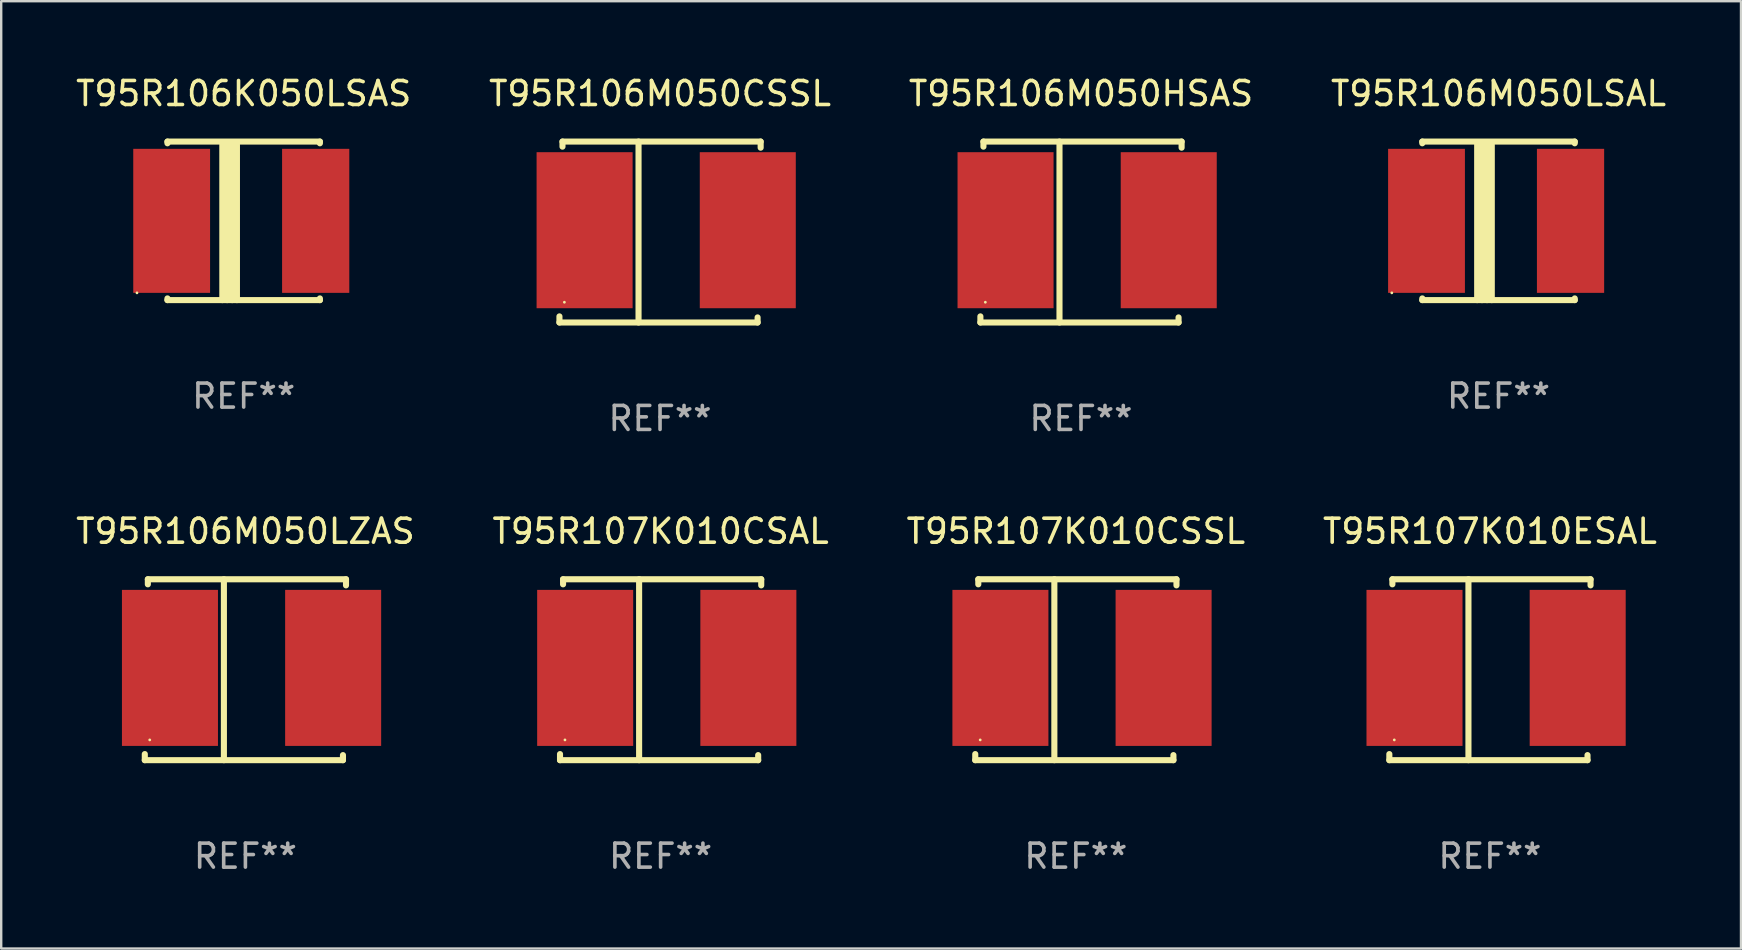
<source format=kicad_pcb>
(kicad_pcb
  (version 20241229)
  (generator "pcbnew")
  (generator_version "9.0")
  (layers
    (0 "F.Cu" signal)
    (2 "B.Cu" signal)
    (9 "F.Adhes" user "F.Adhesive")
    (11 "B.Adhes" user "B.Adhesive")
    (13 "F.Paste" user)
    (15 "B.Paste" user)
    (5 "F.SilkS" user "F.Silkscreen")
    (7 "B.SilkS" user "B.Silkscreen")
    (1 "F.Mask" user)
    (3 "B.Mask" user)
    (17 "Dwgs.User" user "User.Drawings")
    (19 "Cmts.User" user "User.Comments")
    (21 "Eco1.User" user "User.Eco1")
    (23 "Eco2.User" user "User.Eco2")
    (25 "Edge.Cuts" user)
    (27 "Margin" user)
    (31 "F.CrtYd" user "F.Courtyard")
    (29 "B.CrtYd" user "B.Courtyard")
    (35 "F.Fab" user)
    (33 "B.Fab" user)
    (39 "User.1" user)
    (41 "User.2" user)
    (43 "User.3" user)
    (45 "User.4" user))
  (footprint "T95R106M050CSSL"
    (layer "F.Cu")
    (at 24.446 6.616)
    (property "Reference" "T95R106M050CSSL" (at 0 -5.768 0) (layer "F.SilkS") (effects (font (size 1 1) (thickness 0.15))))
    (attr through_hole)
    (fp_line (start -4.191 3.768) (end -4.191 3.514) (stroke (width 0.254) (type solid)) (layer "F.SilkS"))
    (fp_line (start -4.064 -3.768) (end 4.191 -3.768) (stroke (width 0.254) (type solid)) (layer "F.SilkS"))
    (fp_line (start -4.064 -3.557) (end -4.064 -3.768) (stroke (width 0.254) (type solid)) (layer "F.SilkS"))
    (fp_line (start -0.896 -3.768) (end -0.896 3.768) (stroke (width 0.254) (type solid)) (layer "F.SilkS"))
    (fp_line (start 4.064 3.557) (end 4.064 3.768) (stroke (width 0.254) (type solid)) (layer "F.SilkS"))
    (fp_line (start 4.064 3.768) (end -4.191 3.768) (stroke (width 0.254) (type solid)) (layer "F.SilkS"))
    (fp_line (start 4.191 -3.768) (end 4.191 -3.514) (stroke (width 0.254) (type solid)) (layer "F.SilkS"))
    (fp_circle (center -3.985 2.924) (end -3.955 2.924) (stroke (width 0.06) (type solid)) (fill no) (layer "F.SilkS"))
    (fp_text user "REF**" (at 0 7.768 0) (layer "F.Fab") (effects (font (size 1 1) (thickness 0.15))))
    (pad "1" smd rect (at -3.143 -0.076 270) (size 6.5 4) (layers "F.Cu" "F.Mask" "F.Paste"))
    (pad "2" smd rect (at 3.655 -0.076 270) (size 6.5 4) (layers "F.Cu" "F.Mask" "F.Paste")))
  (footprint "T95R106M050HSAS"
    (layer "F.Cu")
    (at 41.982 6.616)
    (property "Reference" "T95R106M050HSAS" (at 0 -5.768 0) (layer "F.SilkS") (effects (font (size 1 1) (thickness 0.15))))
    (attr through_hole)
    (fp_line (start -4.191 3.768) (end -4.191 3.514) (stroke (width 0.254) (type solid)) (layer "F.SilkS"))
    (fp_line (start -4.064 -3.768) (end 4.191 -3.768) (stroke (width 0.254) (type solid)) (layer "F.SilkS"))
    (fp_line (start -4.064 -3.557) (end -4.064 -3.768) (stroke (width 0.254) (type solid)) (layer "F.SilkS"))
    (fp_line (start -0.896 -3.768) (end -0.896 3.768) (stroke (width 0.254) (type solid)) (layer "F.SilkS"))
    (fp_line (start 4.064 3.557) (end 4.064 3.768) (stroke (width 0.254) (type solid)) (layer "F.SilkS"))
    (fp_line (start 4.064 3.768) (end -4.191 3.768) (stroke (width 0.254) (type solid)) (layer "F.SilkS"))
    (fp_line (start 4.191 -3.768) (end 4.191 -3.514) (stroke (width 0.254) (type solid)) (layer "F.SilkS"))
    (fp_circle (center -3.985 2.924) (end -3.955 2.924) (stroke (width 0.06) (type solid)) (fill no) (layer "F.SilkS"))
    (fp_text user "REF**" (at 0 7.768 0) (layer "F.Fab") (effects (font (size 1 1) (thickness 0.15))))
    (pad "1" smd rect (at -3.143 -0.076 270) (size 6.5 4) (layers "F.Cu" "F.Mask" "F.Paste"))
    (pad "2" smd rect (at 3.655 -0.076 270) (size 6.5 4) (layers "F.Cu" "F.Mask" "F.Paste")))
  (footprint "T95R106M050LZAS"
    (layer "F.Cu")
    (at 7.173 24.849)
    (property "Reference" "T95R106M050LZAS" (at 0 -5.768 0) (layer "F.SilkS") (effects (font (size 1 1) (thickness 0.15))))
    (attr through_hole)
    (fp_line (start -4.191 3.768) (end -4.191 3.514) (stroke (width 0.254) (type solid)) (layer "F.SilkS"))
    (fp_line (start -4.064 -3.768) (end 4.191 -3.768) (stroke (width 0.254) (type solid)) (layer "F.SilkS"))
    (fp_line (start -4.064 -3.557) (end -4.064 -3.768) (stroke (width 0.254) (type solid)) (layer "F.SilkS"))
    (fp_line (start -0.896 -3.768) (end -0.896 3.768) (stroke (width 0.254) (type solid)) (layer "F.SilkS"))
    (fp_line (start 4.064 3.557) (end 4.064 3.768) (stroke (width 0.254) (type solid)) (layer "F.SilkS"))
    (fp_line (start 4.064 3.768) (end -4.191 3.768) (stroke (width 0.254) (type solid)) (layer "F.SilkS"))
    (fp_line (start 4.191 -3.768) (end 4.191 -3.514) (stroke (width 0.254) (type solid)) (layer "F.SilkS"))
    (fp_circle (center -3.985 2.924) (end -3.955 2.924) (stroke (width 0.06) (type solid)) (fill no) (layer "F.SilkS"))
    (fp_text user "REF**" (at 0 7.768 0) (layer "F.Fab") (effects (font (size 1 1) (thickness 0.15))))
    (pad "1" smd rect (at -3.143 -0.076 270) (size 6.5 4) (layers "F.Cu" "F.Mask" "F.Paste"))
    (pad "2" smd rect (at 3.655 -0.076 270) (size 6.5 4) (layers "F.Cu" "F.Mask" "F.Paste")))
  (footprint "T95R107K010CSAL"
    (layer "F.Cu")
    (at 24.47 24.849)
    (property "Reference" "T95R107K010CSAL" (at 0 -5.768 0) (layer "F.SilkS") (effects (font (size 1 1) (thickness 0.15))))
    (attr through_hole)
    (fp_line (start -4.191 3.768) (end -4.191 3.514) (stroke (width 0.254) (type solid)) (layer "F.SilkS"))
    (fp_line (start -4.064 -3.768) (end 4.191 -3.768) (stroke (width 0.254) (type solid)) (layer "F.SilkS"))
    (fp_line (start -4.064 -3.557) (end -4.064 -3.768) (stroke (width 0.254) (type solid)) (layer "F.SilkS"))
    (fp_line (start -0.896 -3.768) (end -0.896 3.768) (stroke (width 0.254) (type solid)) (layer "F.SilkS"))
    (fp_line (start 4.064 3.557) (end 4.064 3.768) (stroke (width 0.254) (type solid)) (layer "F.SilkS"))
    (fp_line (start 4.064 3.768) (end -4.191 3.768) (stroke (width 0.254) (type solid)) (layer "F.SilkS"))
    (fp_line (start 4.191 -3.768) (end 4.191 -3.514) (stroke (width 0.254) (type solid)) (layer "F.SilkS"))
    (fp_circle (center -3.985 2.924) (end -3.955 2.924) (stroke (width 0.06) (type solid)) (fill no) (layer "F.SilkS"))
    (fp_text user "REF**" (at 0 7.768 0) (layer "F.Fab") (effects (font (size 1 1) (thickness 0.15))))
    (pad "1" smd rect (at -3.143 -0.076 270) (size 6.5 4) (layers "F.Cu" "F.Mask" "F.Paste"))
    (pad "2" smd rect (at 3.655 -0.076 270) (size 6.5 4) (layers "F.Cu" "F.Mask" "F.Paste")))
  (footprint "T95R106M050LSAL"
    (layer "F.Cu")
    (at 59.375 6.15)
    (property "Reference" "T95R106M050LSAL" (at 0 -5.302 0) (layer "F.SilkS") (effects (font (size 1 1) (thickness 0.15))))
    (attr through_hole)
    (fp_line (start -3.175 -3.231) (end -3.175 -3.302) (stroke (width 0.254) (type solid)) (layer "F.SilkS"))
    (fp_line (start -3.175 3.302) (end -3.175 3.231) (stroke (width 0.254) (type solid)) (layer "F.SilkS"))
    (fp_line (start -3.175 3.302) (end 3.175 3.302) (stroke (width 0.254) (type solid)) (layer "F.SilkS"))
    (fp_line (start -0.889 -3.175) (end -0.889 3.302) (stroke (width 0.254) (type solid)) (layer "F.SilkS"))
    (fp_line (start -0.688 -3.175) (end -0.688 3.302) (stroke (width 0.254) (type solid)) (layer "F.SilkS"))
    (fp_line (start -0.478 -3.175) (end -0.478 3.302) (stroke (width 0.254) (type solid)) (layer "F.SilkS"))
    (fp_line (start -0.281 -3.175) (end -0.281 3.302) (stroke (width 0.254) (type solid)) (layer "F.SilkS"))
    (fp_line (start 3.175 -3.302) (end -3.175 -3.302) (stroke (width 0.254) (type solid)) (layer "F.SilkS"))
    (fp_line (start 3.175 -3.302) (end 3.175 -3.231) (stroke (width 0.254) (type solid)) (layer "F.SilkS"))
    (fp_line (start 3.175 3.231) (end 3.175 3.302) (stroke (width 0.254) (type solid)) (layer "F.SilkS"))
    (fp_circle (center -4.445 3) (end -4.415 3) (stroke (width 0.06) (type solid)) (fill no) (layer "F.SilkS"))
    (fp_text user "REF**" (at 0 7.302 0) (layer "F.Fab") (effects (font (size 1 1) (thickness 0.15))))
    (pad "1" smd rect (at -3 0) (size 3.2 6) (layers "F.Cu" "F.Mask" "F.Paste"))
    (pad "2" smd rect (at 3 0) (size 2.8 6) (layers "F.Cu" "F.Mask" "F.Paste")))
  (footprint "T95R107K010CSSL"
    (layer "F.Cu")
    (at 41.768 24.849)
    (property "Reference" "T95R107K010CSSL" (at 0 -5.768 0) (layer "F.SilkS") (effects (font (size 1 1) (thickness 0.15))))
    (attr through_hole)
    (fp_line (start -4.191 3.768) (end -4.191 3.514) (stroke (width 0.254) (type solid)) (layer "F.SilkS"))
    (fp_line (start -4.064 -3.768) (end 4.191 -3.768) (stroke (width 0.254) (type solid)) (layer "F.SilkS"))
    (fp_line (start -4.064 -3.557) (end -4.064 -3.768) (stroke (width 0.254) (type solid)) (layer "F.SilkS"))
    (fp_line (start -0.896 -3.768) (end -0.896 3.768) (stroke (width 0.254) (type solid)) (layer "F.SilkS"))
    (fp_line (start 4.064 3.557) (end 4.064 3.768) (stroke (width 0.254) (type solid)) (layer "F.SilkS"))
    (fp_line (start 4.064 3.768) (end -4.191 3.768) (stroke (width 0.254) (type solid)) (layer "F.SilkS"))
    (fp_line (start 4.191 -3.768) (end 4.191 -3.514) (stroke (width 0.254) (type solid)) (layer "F.SilkS"))
    (fp_circle (center -3.985 2.924) (end -3.955 2.924) (stroke (width 0.06) (type solid)) (fill no) (layer "F.SilkS"))
    (fp_text user "REF**" (at 0 7.768 0) (layer "F.Fab") (effects (font (size 1 1) (thickness 0.15))))
    (pad "1" smd rect (at -3.143 -0.076 270) (size 6.5 4) (layers "F.Cu" "F.Mask" "F.Paste"))
    (pad "2" smd rect (at 3.655 -0.076 270) (size 6.5 4) (layers "F.Cu" "F.Mask" "F.Paste")))
  (footprint "T95R106K050LSAS"
    (layer "F.Cu")
    (at 7.101 6.15)
    (property "Reference" "T95R106K050LSAS" (at 0 -5.302 0) (layer "F.SilkS") (effects (font (size 1 1) (thickness 0.15))))
    (attr through_hole)
    (fp_line (start -3.175 -3.231) (end -3.175 -3.302) (stroke (width 0.254) (type solid)) (layer "F.SilkS"))
    (fp_line (start -3.175 3.302) (end -3.175 3.231) (stroke (width 0.254) (type solid)) (layer "F.SilkS"))
    (fp_line (start -3.175 3.302) (end 3.175 3.302) (stroke (width 0.254) (type solid)) (layer "F.SilkS"))
    (fp_line (start -0.889 -3.175) (end -0.889 3.302) (stroke (width 0.254) (type solid)) (layer "F.SilkS"))
    (fp_line (start -0.688 -3.175) (end -0.688 3.302) (stroke (width 0.254) (type solid)) (layer "F.SilkS"))
    (fp_line (start -0.478 -3.175) (end -0.478 3.302) (stroke (width 0.254) (type solid)) (layer "F.SilkS"))
    (fp_line (start -0.281 -3.175) (end -0.281 3.302) (stroke (width 0.254) (type solid)) (layer "F.SilkS"))
    (fp_line (start 3.175 -3.302) (end -3.175 -3.302) (stroke (width 0.254) (type solid)) (layer "F.SilkS"))
    (fp_line (start 3.175 -3.302) (end 3.175 -3.231) (stroke (width 0.254) (type solid)) (layer "F.SilkS"))
    (fp_line (start 3.175 3.231) (end 3.175 3.302) (stroke (width 0.254) (type solid)) (layer "F.SilkS"))
    (fp_circle (center -4.445 3) (end -4.415 3) (stroke (width 0.06) (type solid)) (fill no) (layer "F.SilkS"))
    (fp_text user "REF**" (at 0 7.302 0) (layer "F.Fab") (effects (font (size 1 1) (thickness 0.15))))
    (pad "1" smd rect (at -3 0) (size 3.2 6) (layers "F.Cu" "F.Mask" "F.Paste"))
    (pad "2" smd rect (at 3 0) (size 2.8 6) (layers "F.Cu" "F.Mask" "F.Paste")))
  (footprint "T95R107K010ESAL"
    (layer "F.Cu")
    (at 59.018 24.849)
    (property "Reference" "T95R107K010ESAL" (at 0 -5.768 0) (layer "F.SilkS") (effects (font (size 1 1) (thickness 0.15))))
    (attr through_hole)
    (fp_line (start -4.191 3.768) (end -4.191 3.514) (stroke (width 0.254) (type solid)) (layer "F.SilkS"))
    (fp_line (start -4.064 -3.768) (end 4.191 -3.768) (stroke (width 0.254) (type solid)) (layer "F.SilkS"))
    (fp_line (start -4.064 -3.557) (end -4.064 -3.768) (stroke (width 0.254) (type solid)) (layer "F.SilkS"))
    (fp_line (start -0.896 -3.768) (end -0.896 3.768) (stroke (width 0.254) (type solid)) (layer "F.SilkS"))
    (fp_line (start 4.064 3.557) (end 4.064 3.768) (stroke (width 0.254) (type solid)) (layer "F.SilkS"))
    (fp_line (start 4.064 3.768) (end -4.191 3.768) (stroke (width 0.254) (type solid)) (layer "F.SilkS"))
    (fp_line (start 4.191 -3.768) (end 4.191 -3.514) (stroke (width 0.254) (type solid)) (layer "F.SilkS"))
    (fp_circle (center -3.985 2.924) (end -3.955 2.924) (stroke (width 0.06) (type solid)) (fill no) (layer "F.SilkS"))
    (fp_text user "REF**" (at 0 7.768 0) (layer "F.Fab") (effects (font (size 1 1) (thickness 0.15))))
    (pad "1" smd rect (at -3.143 -0.076 270) (size 6.5 4) (layers "F.Cu" "F.Mask" "F.Paste"))
    (pad "2" smd rect (at 3.655 -0.076 270) (size 6.5 4) (layers "F.Cu" "F.Mask" "F.Paste")))
  (gr_rect
    (start -3 -3)
    (end 69.476 36.465)
    (stroke (width 0.1) (type default))
    (fill no)
    (layer "Edge.Cuts")))
</source>
